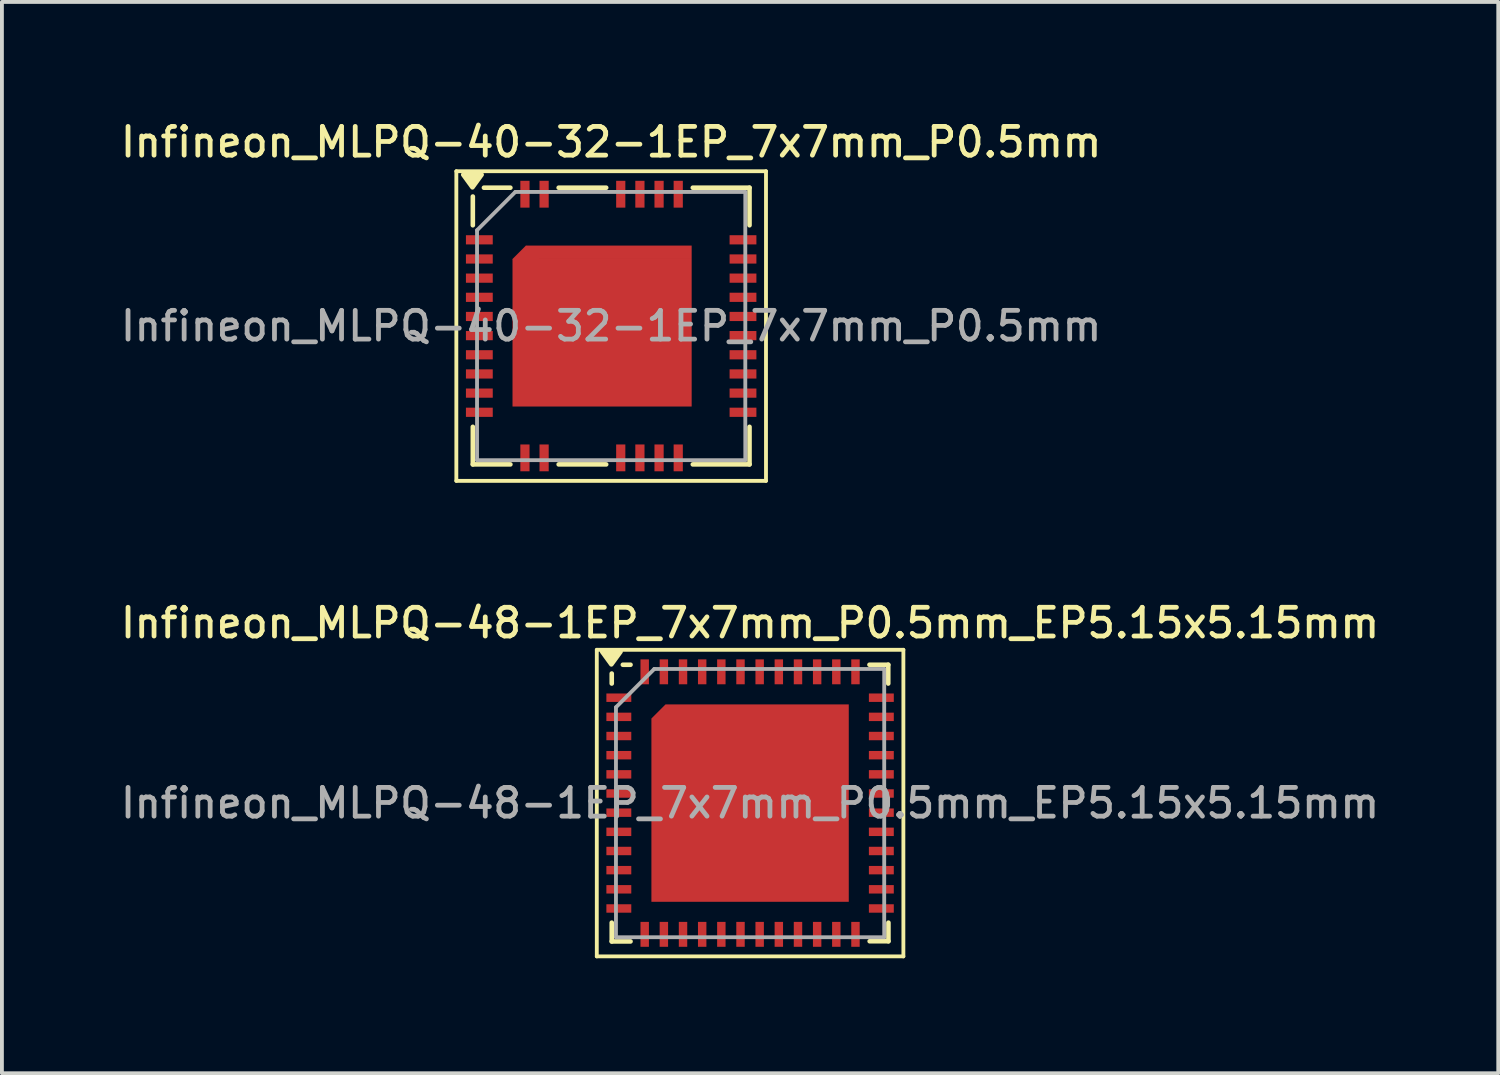
<source format=kicad_pcb>
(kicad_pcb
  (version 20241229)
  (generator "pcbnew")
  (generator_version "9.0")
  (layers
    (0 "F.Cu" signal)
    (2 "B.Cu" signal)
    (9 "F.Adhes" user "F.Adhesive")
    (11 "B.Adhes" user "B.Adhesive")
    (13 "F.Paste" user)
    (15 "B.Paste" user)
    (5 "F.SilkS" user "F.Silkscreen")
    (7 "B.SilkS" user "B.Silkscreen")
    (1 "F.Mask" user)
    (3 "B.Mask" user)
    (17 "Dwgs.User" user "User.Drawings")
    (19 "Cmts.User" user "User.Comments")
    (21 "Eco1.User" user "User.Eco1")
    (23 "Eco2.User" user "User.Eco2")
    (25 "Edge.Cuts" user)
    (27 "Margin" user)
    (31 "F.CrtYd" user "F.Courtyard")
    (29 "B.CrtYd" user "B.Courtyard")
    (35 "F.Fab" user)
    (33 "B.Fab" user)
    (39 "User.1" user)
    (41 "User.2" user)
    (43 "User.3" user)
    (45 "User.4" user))
  (footprint "Infineon_MLPQ-48-1EP_7x7mm_P0.5mm_EP5.15x5.15mm"
    (layer "F.Cu")
    (at 16.523 17.906)
    (property "Reference" "Infineon_MLPQ-48-1EP_7x7mm_P0.5mm_EP5.15x5.15mm" (at 0 -4.7 0) (layer "F.SilkS") (effects (font (size 0.75 0.75) (thickness 0.125))))
    (attr smd)
    (fp_line (start -4 -4) (end -4 4) (stroke (width 0.1) (type solid)) (layer "F.SilkS"))
    (fp_line (start -4 4) (end 4 4) (stroke (width 0.1) (type solid)) (layer "F.SilkS"))
    (fp_line (start -3.61 -3.38) (end -3.61 -3.12) (stroke (width 0.12) (type solid)) (layer "F.SilkS"))
    (fp_line (start -3.61 3.61) (end -3.61 3.12) (stroke (width 0.12) (type solid)) (layer "F.SilkS"))
    (fp_line (start -3.12 -3.61) (end -3.32 -3.61) (stroke (width 0.12) (type solid)) (layer "F.SilkS"))
    (fp_line (start -3.12 3.61) (end -3.61 3.61) (stroke (width 0.12) (type solid)) (layer "F.SilkS"))
    (fp_line (start 3.115 -3.61) (end 3.605 -3.61) (stroke (width 0.12) (type solid)) (layer "F.SilkS"))
    (fp_line (start 3.12 3.605) (end 3.61 3.605) (stroke (width 0.12) (type solid)) (layer "F.SilkS"))
    (fp_line (start 3.605 -3.12) (end 3.605 -3.61) (stroke (width 0.12) (type solid)) (layer "F.SilkS"))
    (fp_line (start 3.61 3.605) (end 3.61 3.12) (stroke (width 0.12) (type solid)) (layer "F.SilkS"))
    (fp_line (start 4 -4) (end -4 -4) (stroke (width 0.1) (type solid)) (layer "F.SilkS"))
    (fp_line (start 4 4) (end 4 -4) (stroke (width 0.1) (type solid)) (layer "F.SilkS"))
    (fp_poly (pts (xy -3.62 -3.62) (xy -3.86 -3.95) (xy -3.38 -3.95) (xy -3.62 -3.62)) (stroke (width 0.12) (type solid)) (fill yes) (layer "F.SilkS"))
    (fp_line (start -3.5 3.5) (end -3.5 -2.5) (stroke (width 0.1) (type solid)) (layer "F.Fab"))
    (fp_line (start -2.5 -3.5) (end -3.5 -2.5) (stroke (width 0.1) (type solid)) (layer "F.Fab"))
    (fp_line (start 3.5 -3.5) (end -2.5 -3.5) (stroke (width 0.1) (type solid)) (layer "F.Fab"))
    (fp_line (start 3.5 -3.5) (end 3.5 3.5) (stroke (width 0.1) (type solid)) (layer "F.Fab"))
    (fp_line (start 3.5 3.5) (end -3.5 3.5) (stroke (width 0.1) (type solid)) (layer "F.Fab"))
    (fp_text user "${REFERENCE}" (at 0 0 0) (layer "F.Fab") (effects (font (size 0.75 0.75) (thickness 0.125))))
    (pad "" smd rect (at -3.425 -2.75) (size 0.55 0.22) (layers "F.Paste"))
    (pad "" smd rect (at -3.425 -2.25) (size 0.55 0.22) (layers "F.Paste"))
    (pad "" smd rect (at -3.425 -1.75) (size 0.55 0.22) (layers "F.Paste"))
    (pad "" smd rect (at -3.425 -1.25) (size 0.55 0.22) (layers "F.Paste"))
    (pad "" smd rect (at -3.425 -0.75) (size 0.55 0.22) (layers "F.Paste"))
    (pad "" smd rect (at -3.425 -0.25) (size 0.55 0.22) (layers "F.Paste"))
    (pad "" smd rect (at -3.425 0.25) (size 0.55 0.22) (layers "F.Paste"))
    (pad "" smd rect (at -3.425 0.75) (size 0.55 0.22) (layers "F.Paste"))
    (pad "" smd rect (at -3.425 1.25) (size 0.55 0.22) (layers "F.Paste"))
    (pad "" smd rect (at -3.425 1.75) (size 0.55 0.22) (layers "F.Paste"))
    (pad "" smd rect (at -3.425 2.25) (size 0.55 0.22) (layers "F.Paste"))
    (pad "" smd rect (at -3.425 2.75) (size 0.55 0.22) (layers "F.Paste"))
    (pad "" smd rect (at -2.75 -3.425) (size 0.22 0.55) (layers "F.Paste"))
    (pad "" smd rect (at -2.75 3.425) (size 0.22 0.55) (layers "F.Paste"))
    (pad "" smd rect (at -2.25 -3.425) (size 0.22 0.55) (layers "F.Paste"))
    (pad "" smd rect (at -2.25 3.425) (size 0.22 0.55) (layers "F.Paste"))
    (pad "" smd rect (at -2.186 -2.186 45) (size 0.479 0.479) (layers "F.Paste"))
    (pad "" smd rect (at -2.025 -1.855) (size 1 0.661) (layers "F.Paste"))
    (pad "" smd rect (at -2.025 -0.675) (size 0.75 0.75) (layers "F.Paste"))
    (pad "" smd rect (at -2.025 0.675) (size 0.75 0.75) (layers "F.Paste"))
    (pad "" smd rect (at -2.025 2.025) (size 0.75 0.75) (layers "F.Paste"))
    (pad "" smd rect (at -1.855 -2.356) (size 0.661 0.339) (layers "F.Paste"))
    (pad "" smd rect (at -1.75 -3.425) (size 0.22 0.55) (layers "F.Paste"))
    (pad "" smd rect (at -1.75 3.425) (size 0.22 0.55) (layers "F.Paste"))
    (pad "" smd rect (at -1.25 -3.425) (size 0.22 0.55) (layers "F.Paste"))
    (pad "" smd rect (at -1.25 3.425) (size 0.22 0.55) (layers "F.Paste"))
    (pad "" smd rect (at -0.75 -3.425) (size 0.22 0.55) (layers "F.Paste"))
    (pad "" smd rect (at -0.75 3.425) (size 0.22 0.55) (layers "F.Paste"))
    (pad "" smd rect (at -0.675 -2.025) (size 0.75 0.75) (layers "F.Paste"))
    (pad "" smd rect (at -0.675 -0.675) (size 0.75 0.75) (layers "F.Paste"))
    (pad "" smd rect (at -0.675 0.675) (size 0.75 0.75) (layers "F.Paste"))
    (pad "" smd rect (at -0.675 2.025) (size 0.75 0.75) (layers "F.Paste"))
    (pad "" smd rect (at -0.25 -3.425) (size 0.22 0.55) (layers "F.Paste"))
    (pad "" smd rect (at -0.25 3.425) (size 0.22 0.55) (layers "F.Paste"))
    (pad "" smd rect (at 0.25 -3.425) (size 0.22 0.55) (layers "F.Paste"))
    (pad "" smd rect (at 0.25 3.425) (size 0.22 0.55) (layers "F.Paste"))
    (pad "" smd rect (at 0.675 -2.025) (size 0.75 0.75) (layers "F.Paste"))
    (pad "" smd rect (at 0.675 -0.675) (size 0.75 0.75) (layers "F.Paste"))
    (pad "" smd rect (at 0.675 0.675) (size 0.75 0.75) (layers "F.Paste"))
    (pad "" smd rect (at 0.675 2.025) (size 0.75 0.75) (layers "F.Paste"))
    (pad "" smd rect (at 0.75 -3.425) (size 0.22 0.55) (layers "F.Paste"))
    (pad "" smd rect (at 0.75 3.425) (size 0.22 0.55) (layers "F.Paste"))
    (pad "" smd rect (at 1.25 -3.425) (size 0.22 0.55) (layers "F.Paste"))
    (pad "" smd rect (at 1.25 3.425) (size 0.22 0.55) (layers "F.Paste"))
    (pad "" smd rect (at 1.75 -3.425) (size 0.22 0.55) (layers "F.Paste"))
    (pad "" smd rect (at 1.75 3.425) (size 0.22 0.55) (layers "F.Paste"))
    (pad "" smd rect (at 2.025 -2.025) (size 0.75 0.75) (layers "F.Paste"))
    (pad "" smd rect (at 2.025 -0.675) (size 0.75 0.75) (layers "F.Paste"))
    (pad "" smd rect (at 2.025 0.675) (size 0.75 0.75) (layers "F.Paste"))
    (pad "" smd rect (at 2.025 2.025) (size 0.75 0.75) (layers "F.Paste"))
    (pad "" smd rect (at 2.25 -3.425) (size 0.22 0.55) (layers "F.Paste"))
    (pad "" smd rect (at 2.25 3.425) (size 0.22 0.55) (layers "F.Paste"))
    (pad "" smd rect (at 2.75 -3.425) (size 0.22 0.55) (layers "F.Paste"))
    (pad "" smd rect (at 2.75 3.425) (size 0.22 0.55) (layers "F.Paste"))
    (pad "" smd rect (at 3.425 -2.75) (size 0.55 0.22) (layers "F.Paste"))
    (pad "" smd rect (at 3.425 -2.25) (size 0.55 0.22) (layers "F.Paste"))
    (pad "" smd rect (at 3.425 -1.75) (size 0.55 0.22) (layers "F.Paste"))
    (pad "" smd rect (at 3.425 -1.25) (size 0.55 0.22) (layers "F.Paste"))
    (pad "" smd rect (at 3.425 -0.75) (size 0.55 0.22) (layers "F.Paste"))
    (pad "" smd rect (at 3.425 -0.25) (size 0.55 0.22) (layers "F.Paste"))
    (pad "" smd rect (at 3.425 0.25) (size 0.55 0.22) (layers "F.Paste"))
    (pad "" smd rect (at 3.425 0.75) (size 0.55 0.22) (layers "F.Paste"))
    (pad "" smd rect (at 3.425 1.25) (size 0.55 0.22) (layers "F.Paste"))
    (pad "" smd rect (at 3.425 1.75) (size 0.55 0.22) (layers "F.Paste"))
    (pad "" smd rect (at 3.425 2.25) (size 0.55 0.22) (layers "F.Paste"))
    (pad "" smd rect (at 3.425 2.75) (size 0.55 0.22) (layers "F.Paste"))
    (pad "1" smd rect (at -3.425 -2.75) (size 0.65 0.22) (layers "F.Cu" "F.Mask"))
    (pad "2" smd rect (at -3.425 -2.25) (size 0.65 0.22) (layers "F.Cu" "F.Mask"))
    (pad "3" smd rect (at -3.425 -1.75) (size 0.65 0.22) (layers "F.Cu" "F.Mask"))
    (pad "4" smd rect (at -3.425 -1.25) (size 0.65 0.22) (layers "F.Cu" "F.Mask"))
    (pad "5" smd rect (at -3.425 -0.75) (size 0.65 0.22) (layers "F.Cu" "F.Mask"))
    (pad "6" smd rect (at -3.425 -0.25) (size 0.65 0.22) (layers "F.Cu" "F.Mask"))
    (pad "7" smd rect (at -3.425 0.25) (size 0.65 0.22) (layers "F.Cu" "F.Mask"))
    (pad "8" smd rect (at -3.425 0.75) (size 0.65 0.22) (layers "F.Cu" "F.Mask"))
    (pad "9" smd rect (at -3.425 1.25) (size 0.65 0.22) (layers "F.Cu" "F.Mask"))
    (pad "10" smd rect (at -3.425 1.75) (size 0.65 0.22) (layers "F.Cu" "F.Mask"))
    (pad "11" smd rect (at -3.425 2.25) (size 0.65 0.22) (layers "F.Cu" "F.Mask"))
    (pad "12" smd rect (at -3.425 2.75) (size 0.65 0.22) (layers "F.Cu" "F.Mask"))
    (pad "13" smd rect (at -2.75 3.425) (size 0.22 0.65) (layers "F.Cu" "F.Mask"))
    (pad "14" smd rect (at -2.25 3.425) (size 0.22 0.65) (layers "F.Cu" "F.Mask"))
    (pad "15" smd rect (at -1.75 3.425) (size 0.22 0.65) (layers "F.Cu" "F.Mask"))
    (pad "16" smd rect (at -1.25 3.425) (size 0.22 0.65) (layers "F.Cu" "F.Mask"))
    (pad "17" smd rect (at -0.75 3.425) (size 0.22 0.65) (layers "F.Cu" "F.Mask"))
    (pad "18" smd rect (at -0.25 3.425) (size 0.22 0.65) (layers "F.Cu" "F.Mask"))
    (pad "19" smd rect (at 0.25 3.425) (size 0.22 0.65) (layers "F.Cu" "F.Mask"))
    (pad "20" smd rect (at 0.75 3.425) (size 0.22 0.65) (layers "F.Cu" "F.Mask"))
    (pad "21" smd rect (at 1.25 3.425) (size 0.22 0.65) (layers "F.Cu" "F.Mask"))
    (pad "22" smd rect (at 1.75 3.425) (size 0.22 0.65) (layers "F.Cu" "F.Mask"))
    (pad "23" smd rect (at 2.25 3.425) (size 0.22 0.65) (layers "F.Cu" "F.Mask"))
    (pad "24" smd rect (at 2.75 3.425) (size 0.22 0.65) (layers "F.Cu" "F.Mask"))
    (pad "25" smd rect (at 3.425 2.75) (size 0.65 0.22) (layers "F.Cu" "F.Mask"))
    (pad "26" smd rect (at 3.425 2.25) (size 0.65 0.22) (layers "F.Cu" "F.Mask"))
    (pad "27" smd rect (at 3.425 1.75) (size 0.65 0.22) (layers "F.Cu" "F.Mask"))
    (pad "28" smd rect (at 3.425 1.25) (size 0.65 0.22) (layers "F.Cu" "F.Mask"))
    (pad "29" smd rect (at 3.425 0.75) (size 0.65 0.22) (layers "F.Cu" "F.Mask"))
    (pad "30" smd rect (at 3.425 0.25) (size 0.65 0.22) (layers "F.Cu" "F.Mask"))
    (pad "31" smd rect (at 3.425 -0.25) (size 0.65 0.22) (layers "F.Cu" "F.Mask"))
    (pad "32" smd rect (at 3.425 -0.75) (size 0.65 0.22) (layers "F.Cu" "F.Mask"))
    (pad "33" smd rect (at 3.425 -1.25) (size 0.65 0.22) (layers "F.Cu" "F.Mask"))
    (pad "34" smd rect (at 3.425 -1.75) (size 0.65 0.22) (layers "F.Cu" "F.Mask"))
    (pad "35" smd rect (at 3.425 -2.25) (size 0.65 0.22) (layers "F.Cu" "F.Mask"))
    (pad "36" smd rect (at 3.425 -2.75) (size 0.65 0.22) (layers "F.Cu" "F.Mask"))
    (pad "37" smd rect (at 2.75 -3.425) (size 0.22 0.65) (layers "F.Cu" "F.Mask"))
    (pad "38" smd rect (at 2.25 -3.425) (size 0.22 0.65) (layers "F.Cu" "F.Mask"))
    (pad "39" smd rect (at 1.75 -3.425) (size 0.22 0.65) (layers "F.Cu" "F.Mask"))
    (pad "40" smd rect (at 1.25 -3.425) (size 0.22 0.65) (layers "F.Cu" "F.Mask"))
    (pad "41" smd rect (at 0.75 -3.425) (size 0.22 0.65) (layers "F.Cu" "F.Mask"))
    (pad "42" smd rect (at 0.25 -3.425) (size 0.22 0.65) (layers "F.Cu" "F.Mask"))
    (pad "43" smd rect (at -0.25 -3.425) (size 0.22 0.65) (layers "F.Cu" "F.Mask"))
    (pad "44" smd rect (at -0.75 -3.425) (size 0.22 0.65) (layers "F.Cu" "F.Mask"))
    (pad "45" smd rect (at -1.25 -3.425) (size 0.22 0.65) (layers "F.Cu" "F.Mask"))
    (pad "46" smd rect (at -1.75 -3.425) (size 0.22 0.65) (layers "F.Cu" "F.Mask"))
    (pad "47" smd rect (at -2.25 -3.425) (size 0.22 0.65) (layers "F.Cu" "F.Mask"))
    (pad "48" smd rect (at -2.75 -3.425) (size 0.22 0.65) (layers "F.Cu" "F.Mask"))
    (pad "49" smd custom (at 0 0) (size 4 4) (layers "F.Cu" "F.Mask") (options (anchor rect)) (primitives (gr_poly (pts (xy -2.575 -2.207) (xy -2.207 -2.575) (xy 2.575 -2.575) (xy 2.575 2.575) (xy -2.575 2.575)) (width 0) (fill yes)))))
  (footprint "Infineon_MLPQ-40-32-1EP_7x7mm_P0.5mm"
    (layer "F.Cu")
    (at 12.898 5.458)
    (property "Reference" "Infineon_MLPQ-40-32-1EP_7x7mm_P0.5mm" (at 0 -4.8 0) (layer "F.SilkS") (effects (font (size 0.75 0.75) (thickness 0.125))))
    (attr smd)
    (fp_line (start -4.04 -4.04) (end 4.04 -4.04) (stroke (width 0.1) (type solid)) (layer "F.SilkS"))
    (fp_line (start -4.04 4.04) (end -4.04 -4.04) (stroke (width 0.1) (type solid)) (layer "F.SilkS"))
    (fp_line (start -3.61 -3.38) (end -3.61 -2.63) (stroke (width 0.12) (type solid)) (layer "F.SilkS"))
    (fp_line (start -3.61 3.61) (end -3.61 2.63) (stroke (width 0.12) (type solid)) (layer "F.SilkS"))
    (fp_line (start -2.63 -3.61) (end -3.32 -3.61) (stroke (width 0.12) (type solid)) (layer "F.SilkS"))
    (fp_line (start -2.63 3.61) (end -3.61 3.61) (stroke (width 0.12) (type solid)) (layer "F.SilkS"))
    (fp_line (start -0.13 -3.61) (end -1.37 -3.61) (stroke (width 0.12) (type solid)) (layer "F.SilkS"))
    (fp_line (start -0.13 3.61) (end -1.37 3.61) (stroke (width 0.12) (type solid)) (layer "F.SilkS"))
    (fp_line (start 3.61 -3.61) (end 2.13 -3.61) (stroke (width 0.12) (type solid)) (layer "F.SilkS"))
    (fp_line (start 3.61 -3.61) (end 3.61 -2.63) (stroke (width 0.12) (type solid)) (layer "F.SilkS"))
    (fp_line (start 3.61 3.61) (end 2.13 3.61) (stroke (width 0.12) (type solid)) (layer "F.SilkS"))
    (fp_line (start 3.61 3.61) (end 3.61 2.63) (stroke (width 0.12) (type solid)) (layer "F.SilkS"))
    (fp_line (start 4.04 -4.04) (end 4.04 4.04) (stroke (width 0.1) (type solid)) (layer "F.SilkS"))
    (fp_line (start 4.04 4.04) (end -4.04 4.04) (stroke (width 0.1) (type solid)) (layer "F.SilkS"))
    (fp_poly (pts (xy -3.62 -3.62) (xy -3.86 -3.95) (xy -3.38 -3.95) (xy -3.62 -3.62)) (stroke (width 0.12) (type solid)) (fill yes) (layer "F.SilkS"))
    (fp_line (start -3.5 3.5) (end -3.5 -2.5) (stroke (width 0.1) (type solid)) (layer "F.Fab"))
    (fp_line (start -2.5 -3.5) (end -3.5 -2.5) (stroke (width 0.1) (type solid)) (layer "F.Fab"))
    (fp_line (start -2.5 -3.5) (end 3.5 -3.5) (stroke (width 0.1) (type solid)) (layer "F.Fab"))
    (fp_line (start 3.5 -3.5) (end 3.5 3.5) (stroke (width 0.1) (type solid)) (layer "F.Fab"))
    (fp_line (start 3.5 3.5) (end -3.5 3.5) (stroke (width 0.1) (type solid)) (layer "F.Fab"))
    (fp_text user "${REFERENCE}" (at 0 0 0) (layer "F.Fab") (effects (font (size 0.75 0.75) (thickness 0.125))))
    (pad "" smd rect (at -3.425 -2.25) (size 0.65 0.22) (layers "F.Paste"))
    (pad "" smd rect (at -3.425 -1.75) (size 0.65 0.22) (layers "F.Paste"))
    (pad "" smd rect (at -3.425 -1.25) (size 0.65 0.22) (layers "F.Paste"))
    (pad "" smd rect (at -3.425 -0.75) (size 0.65 0.22) (layers "F.Paste"))
    (pad "" smd rect (at -3.425 -0.25) (size 0.65 0.22) (layers "F.Paste"))
    (pad "" smd rect (at -3.425 0.25) (size 0.65 0.22) (layers "F.Paste"))
    (pad "" smd rect (at -3.425 0.75) (size 0.65 0.22) (layers "F.Paste"))
    (pad "" smd rect (at -3.425 1.25) (size 0.65 0.22) (layers "F.Paste"))
    (pad "" smd rect (at -3.425 1.75) (size 0.65 0.22) (layers "F.Paste"))
    (pad "" smd rect (at -3.425 2.25) (size 0.65 0.22) (layers "F.Paste"))
    (pad "" smd rect (at -2.25 -3.425) (size 0.22 0.65) (layers "F.Paste"))
    (pad "" smd rect (at -2.25 3.425) (size 0.22 0.65) (layers "F.Paste"))
    (pad "" smd rect (at -1.796 -1.4) (size 1.2 1.1) (layers "F.Paste"))
    (pad "" smd rect (at -1.796 0) (size 1.2 1.1) (layers "F.Paste"))
    (pad "" smd rect (at -1.796 1.4) (size 1.2 1.1) (layers "F.Paste"))
    (pad "" smd rect (at -1.75 -3.425) (size 0.22 0.65) (layers "F.Paste"))
    (pad "" smd rect (at -1.75 3.425) (size 0.22 0.65) (layers "F.Paste"))
    (pad "" smd rect (at -0.237 -1.4) (size 1.2 1.1) (layers "F.Paste"))
    (pad "" smd rect (at -0.237 0) (size 1.2 1.1) (layers "F.Paste"))
    (pad "" smd rect (at -0.237 1.4) (size 1.2 1.1) (layers "F.Paste"))
    (pad "" smd rect (at 0.25 -3.425) (size 0.22 0.65) (layers "F.Paste"))
    (pad "" smd rect (at 0.25 3.425) (size 0.22 0.65) (layers "F.Paste"))
    (pad "" smd rect (at 0.75 -3.425) (size 0.22 0.65) (layers "F.Paste"))
    (pad "" smd rect (at 0.75 3.425) (size 0.22 0.65) (layers "F.Paste"))
    (pad "" smd rect (at 1.25 -3.425) (size 0.22 0.65) (layers "F.Paste"))
    (pad "" smd rect (at 1.25 3.425) (size 0.22 0.65) (layers "F.Paste"))
    (pad "" smd rect (at 1.321 -1.4) (size 1.2 1.1) (layers "F.Paste"))
    (pad "" smd rect (at 1.321 0) (size 1.2 1.1) (layers "F.Paste"))
    (pad "" smd rect (at 1.321 1.4) (size 1.2 1.1) (layers "F.Paste"))
    (pad "" smd rect (at 1.75 -3.425) (size 0.22 0.65) (layers "F.Paste"))
    (pad "" smd rect (at 1.75 3.425) (size 0.22 0.65) (layers "F.Paste"))
    (pad "" smd rect (at 3.425 -2.25) (size 0.65 0.22) (layers "F.Paste"))
    (pad "" smd rect (at 3.425 -1.75) (size 0.65 0.22) (layers "F.Paste"))
    (pad "" smd rect (at 3.425 -1.25) (size 0.65 0.22) (layers "F.Paste"))
    (pad "" smd rect (at 3.425 -0.75) (size 0.65 0.22) (layers "F.Paste"))
    (pad "" smd rect (at 3.425 -0.25) (size 0.65 0.22) (layers "F.Paste"))
    (pad "" smd rect (at 3.425 0.25) (size 0.65 0.22) (layers "F.Paste"))
    (pad "" smd rect (at 3.425 0.75) (size 0.65 0.22) (layers "F.Paste"))
    (pad "" smd rect (at 3.425 1.25) (size 0.65 0.22) (layers "F.Paste"))
    (pad "" smd rect (at 3.425 1.75) (size 0.65 0.22) (layers "F.Paste"))
    (pad "" smd rect (at 3.425 2.25) (size 0.65 0.22) (layers "F.Paste"))
    (pad "1" smd rect (at -3.44 -2.25) (size 0.7 0.24) (layers "F.Cu" "F.Mask"))
    (pad "2" smd rect (at -3.44 -1.75) (size 0.7 0.24) (layers "F.Cu" "F.Mask"))
    (pad "3" smd rect (at -3.44 -1.25) (size 0.7 0.24) (layers "F.Cu" "F.Mask"))
    (pad "4" smd rect (at -3.44 -0.75) (size 0.7 0.24) (layers "F.Cu" "F.Mask"))
    (pad "5" smd rect (at -3.44 -0.25) (size 0.7 0.24) (layers "F.Cu" "F.Mask"))
    (pad "6" smd rect (at -3.44 0.25) (size 0.7 0.24) (layers "F.Cu" "F.Mask"))
    (pad "7" smd rect (at -3.44 0.75) (size 0.7 0.24) (layers "F.Cu" "F.Mask"))
    (pad "8" smd rect (at -3.44 1.25) (size 0.7 0.24) (layers "F.Cu" "F.Mask"))
    (pad "9" smd rect (at -3.44 1.75) (size 0.7 0.24) (layers "F.Cu" "F.Mask"))
    (pad "10" smd rect (at -3.44 2.25) (size 0.7 0.24) (layers "F.Cu" "F.Mask"))
    (pad "11" smd rect (at -2.25 3.44) (size 0.24 0.7) (layers "F.Cu" "F.Mask"))
    (pad "12" smd rect (at -1.75 3.44) (size 0.24 0.7) (layers "F.Cu" "F.Mask"))
    (pad "13" smd rect (at 0.25 3.44) (size 0.24 0.7) (layers "F.Cu" "F.Mask"))
    (pad "14" smd rect (at 0.75 3.44) (size 0.24 0.7) (layers "F.Cu" "F.Mask"))
    (pad "15" smd rect (at 1.25 3.44) (size 0.24 0.7) (layers "F.Cu" "F.Mask"))
    (pad "16" smd rect (at 1.75 3.44) (size 0.24 0.7) (layers "F.Cu" "F.Mask"))
    (pad "17" smd rect (at 3.44 2.25) (size 0.7 0.24) (layers "F.Cu" "F.Mask"))
    (pad "18" smd rect (at 3.44 1.75) (size 0.7 0.24) (layers "F.Cu" "F.Mask"))
    (pad "19" smd rect (at 3.44 1.25) (size 0.7 0.24) (layers "F.Cu" "F.Mask"))
    (pad "20" smd rect (at 3.44 0.75) (size 0.7 0.24) (layers "F.Cu" "F.Mask"))
    (pad "21" smd rect (at 3.44 0.25) (size 0.7 0.24) (layers "F.Cu" "F.Mask"))
    (pad "22" smd rect (at 3.44 -0.25) (size 0.7 0.24) (layers "F.Cu" "F.Mask"))
    (pad "23" smd rect (at 3.44 -0.75) (size 0.7 0.24) (layers "F.Cu" "F.Mask"))
    (pad "24" smd rect (at 3.44 -1.25) (size 0.7 0.24) (layers "F.Cu" "F.Mask"))
    (pad "25" smd rect (at 3.44 -1.75) (size 0.7 0.24) (layers "F.Cu" "F.Mask"))
    (pad "26" smd rect (at 3.44 -2.25) (size 0.7 0.24) (layers "F.Cu" "F.Mask"))
    (pad "27" smd rect (at 1.75 -3.44) (size 0.24 0.7) (layers "F.Cu" "F.Mask"))
    (pad "28" smd rect (at 1.25 -3.44) (size 0.24 0.7) (layers "F.Cu" "F.Mask"))
    (pad "29" smd rect (at 0.75 -3.44) (size 0.24 0.7) (layers "F.Cu" "F.Mask"))
    (pad "30" smd rect (at 0.25 -3.44) (size 0.24 0.7) (layers "F.Cu" "F.Mask"))
    (pad "31" smd rect (at -1.75 -3.44) (size 0.24 0.7) (layers "F.Cu" "F.Mask"))
    (pad "32" smd rect (at -2.25 -3.44) (size 0.24 0.7) (layers "F.Cu" "F.Mask"))
    (pad "33" smd rect (at -2.225 -1.75 45) (size 0.495 0.495) (layers "F.Cu" "F.Mask"))
    (pad "33" smd rect (at -0.237 0.175) (size 4.675 3.85) (layers "F.Cu" "F.Mask"))
    (pad "33" smd rect (at -0.062 -1.925) (size 4.325 0.35) (layers "F.Cu" "F.Mask")))
  (gr_rect
    (start -3 -3)
    (end 36.046 24.956)
    (stroke (width 0.1) (type default))
    (fill no)
    (layer "Edge.Cuts")))
</source>
